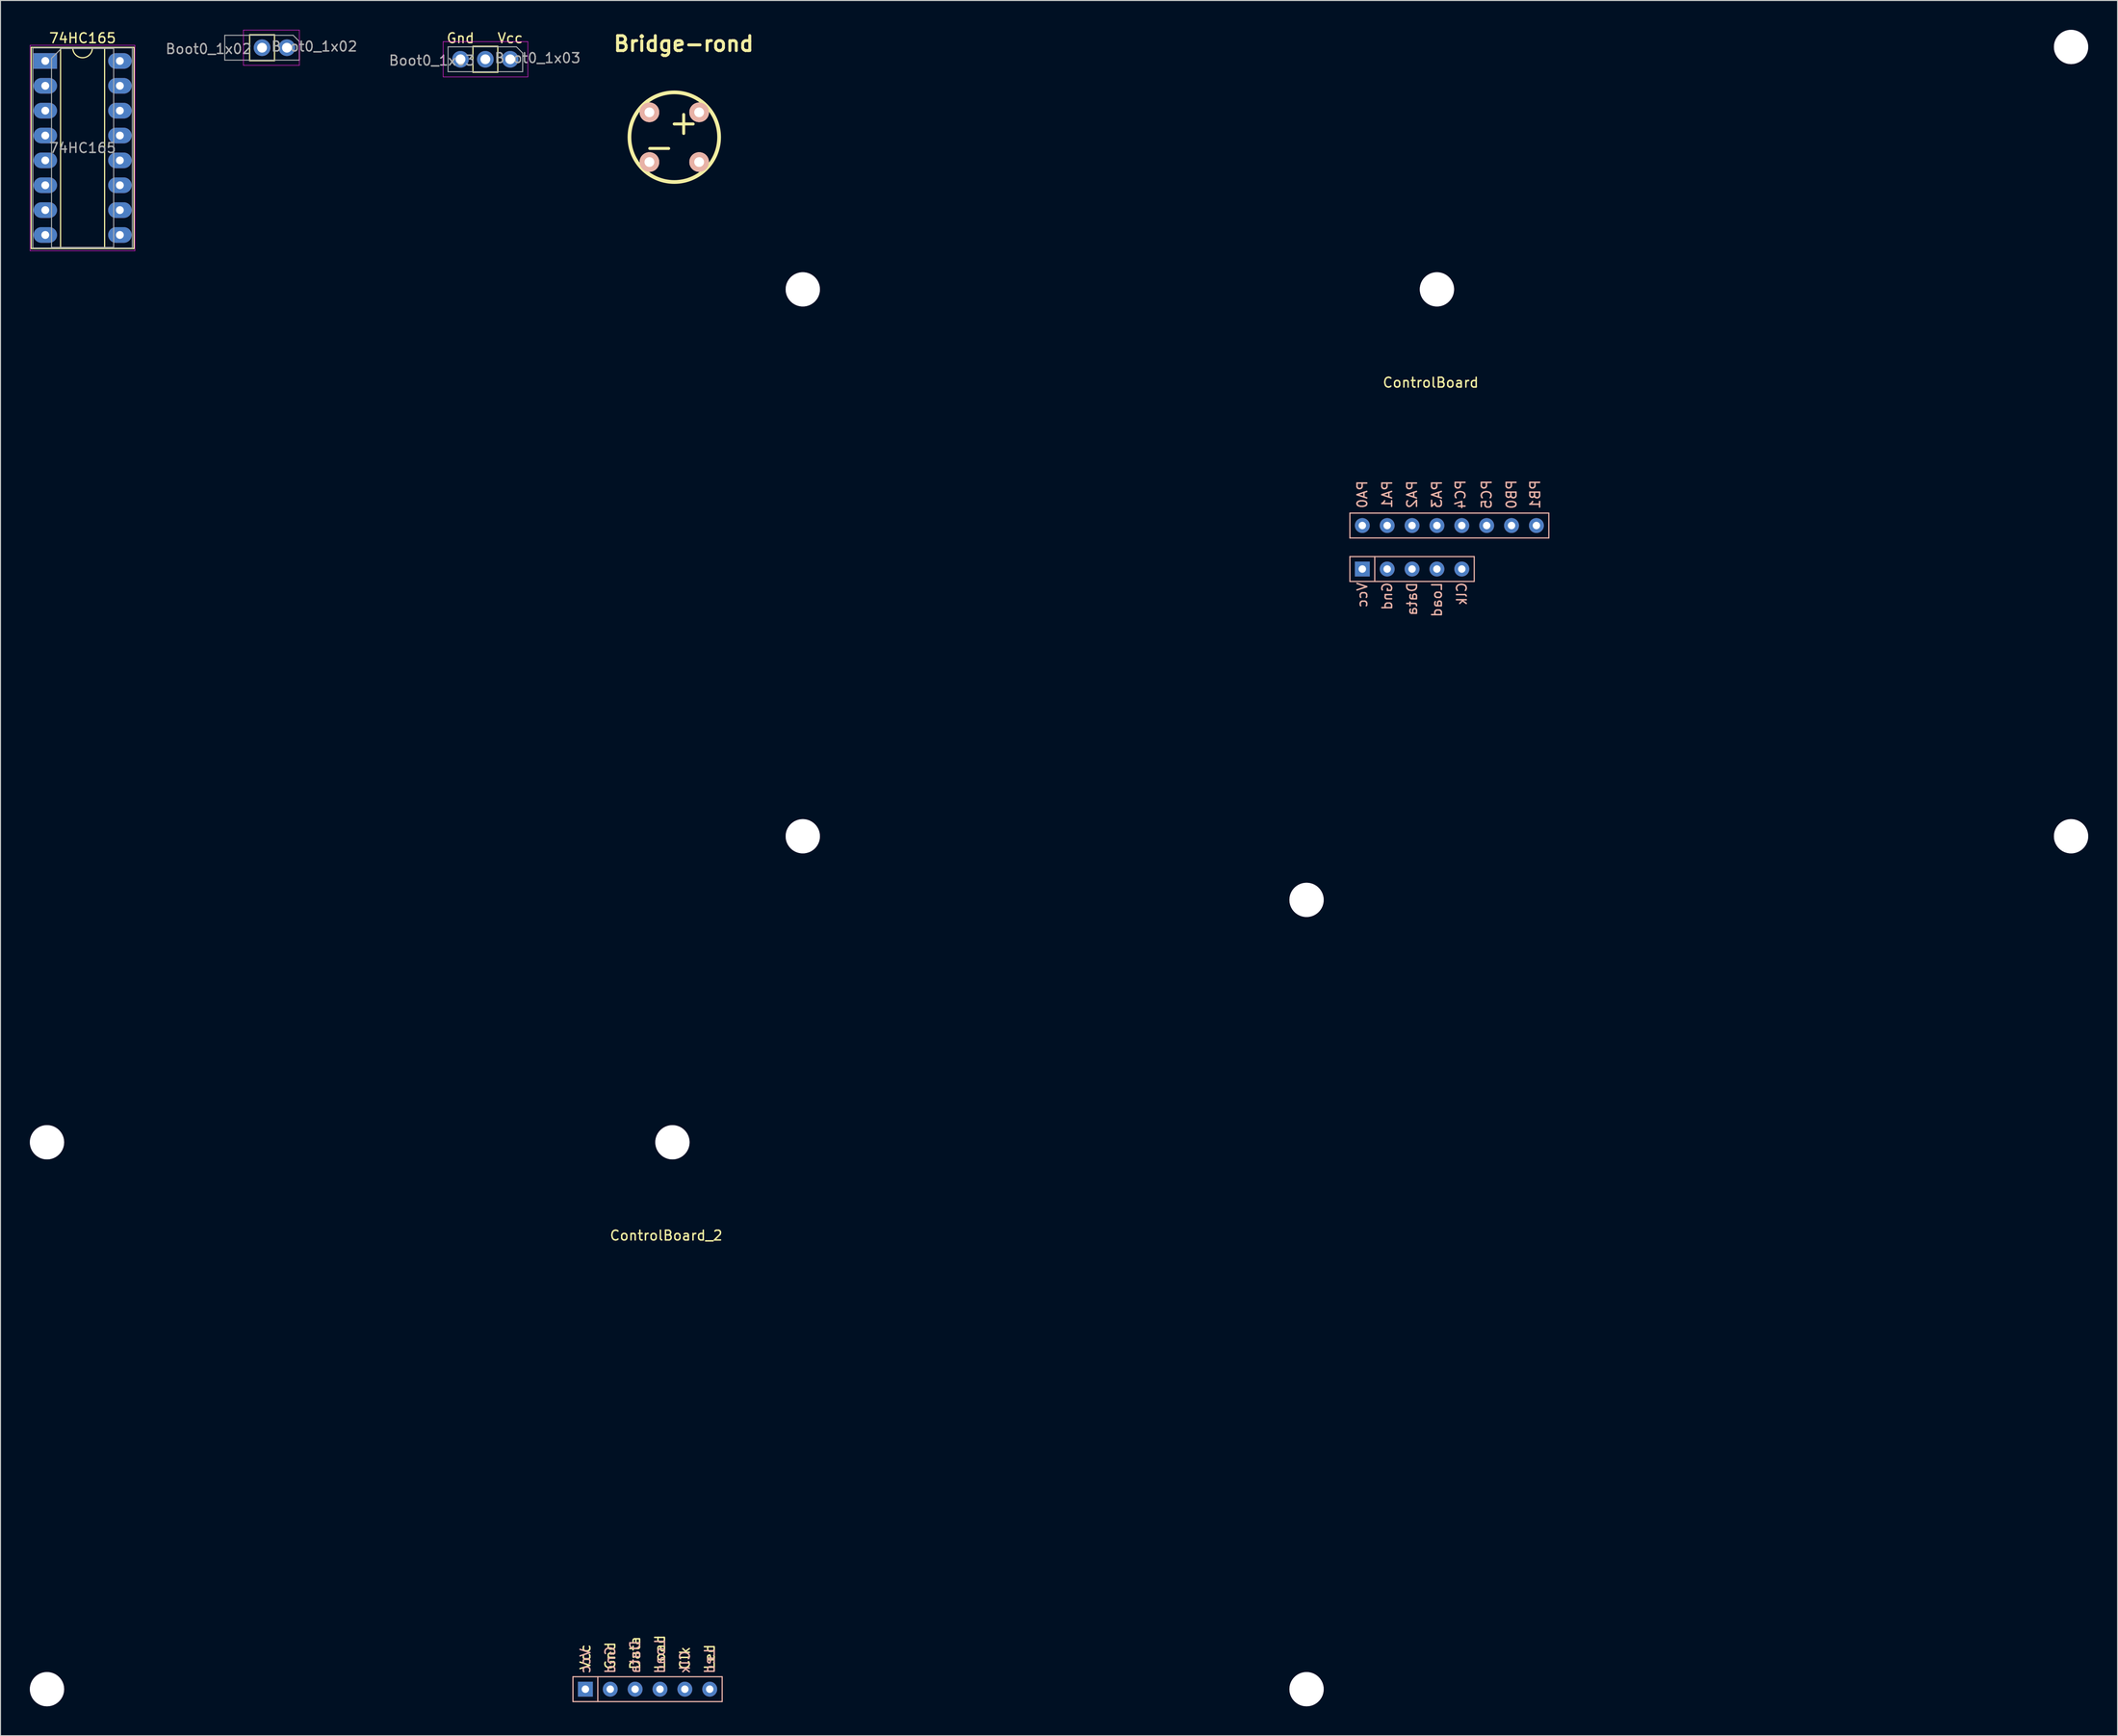
<source format=kicad_pcb>
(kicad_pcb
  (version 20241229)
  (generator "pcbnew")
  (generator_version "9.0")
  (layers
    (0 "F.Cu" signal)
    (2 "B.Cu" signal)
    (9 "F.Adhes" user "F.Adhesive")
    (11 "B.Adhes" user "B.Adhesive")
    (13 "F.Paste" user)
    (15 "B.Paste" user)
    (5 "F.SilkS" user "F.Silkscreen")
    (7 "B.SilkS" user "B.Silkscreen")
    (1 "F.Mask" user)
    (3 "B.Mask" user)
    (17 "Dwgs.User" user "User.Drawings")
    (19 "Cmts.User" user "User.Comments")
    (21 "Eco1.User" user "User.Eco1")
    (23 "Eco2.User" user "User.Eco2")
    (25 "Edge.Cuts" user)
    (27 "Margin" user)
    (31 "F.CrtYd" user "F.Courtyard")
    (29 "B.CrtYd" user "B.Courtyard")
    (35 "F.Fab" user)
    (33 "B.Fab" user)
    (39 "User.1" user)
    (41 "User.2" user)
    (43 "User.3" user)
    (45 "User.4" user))
  (footprint "ControlBoard"
    (layer "F.Cu")
    (at 143.717 27.15)
    (property "Reference" "ControlBoard" (at -0.635 8.89 0) (layer "F.SilkS") (effects (font (size 1 1) (thickness 0.15))))
    (attr through_hole)
    (fp_line (start -8.89 22.225) (end -8.89 24.765) (stroke (width 0.12) (type solid)) (layer "B.SilkS"))
    (fp_line (start -8.89 24.765) (end 11.43 24.765) (stroke (width 0.12) (type solid)) (layer "B.SilkS"))
    (fp_line (start -8.89 26.67) (end 3.81 26.67) (stroke (width 0.12) (type solid)) (layer "B.SilkS"))
    (fp_line (start -8.89 29.21) (end -8.89 26.67) (stroke (width 0.12) (type solid)) (layer "B.SilkS"))
    (fp_line (start -6.35 26.67) (end -6.35 29.21) (stroke (width 0.12) (type solid)) (layer "B.SilkS"))
    (fp_line (start 3.81 26.67) (end 3.81 29.21) (stroke (width 0.12) (type solid)) (layer "B.SilkS"))
    (fp_line (start 3.81 29.21) (end -8.89 29.21) (stroke (width 0.12) (type solid)) (layer "B.SilkS"))
    (fp_line (start 11.43 22.225) (end -8.89 22.225) (stroke (width 0.12) (type solid)) (layer "B.SilkS"))
    (fp_line (start 11.43 24.765) (end 11.43 22.225) (stroke (width 0.12) (type solid)) (layer "B.SilkS"))
    (fp_text user "Data" (at -2.54 31.004 90) (layer "B.SilkS") (effects (font (size 1 1) (thickness 0.15)) (justify mirror)))
    (fp_text user "Gnd" (at -5.08 30.718 90) (layer "B.SilkS") (effects (font (size 1 1) (thickness 0.15)) (justify mirror)))
    (fp_text user "Clk" (at 2.54 30.48 90) (layer "B.SilkS") (effects (font (size 1 1) (thickness 0.15)) (justify mirror)))
    (fp_text user "PC4" (at 2.413 20.32 90) (layer "B.SilkS") (effects (font (size 1 1) (thickness 0.15)) (justify mirror)))
    (fp_text user "PA3" (at 0 20.32 90) (layer "B.SilkS") (effects (font (size 1 1) (thickness 0.15)) (justify mirror)))
    (fp_text user "PA1" (at -5.08 20.32 90) (layer "B.SilkS") (effects (font (size 1 1) (thickness 0.15)) (justify mirror)))
    (fp_text user "PA0" (at -7.62 20.32 90) (layer "B.SilkS") (effects (font (size 1 1) (thickness 0.15)) (justify mirror)))
    (fp_text user "PC5" (at 5.08 20.32 90) (layer "B.SilkS") (effects (font (size 1 1) (thickness 0.15)) (justify mirror)))
    (fp_text user "PB0" (at 7.62 20.32 90) (layer "B.SilkS") (effects (font (size 1 1) (thickness 0.15)) (justify mirror)))
    (fp_text user "Load" (at 0 31.075 90) (layer "B.SilkS") (effects (font (size 1 1) (thickness 0.15)) (justify mirror)))
    (fp_text user "Vcc" (at -7.62 30.599 90) (layer "B.SilkS") (effects (font (size 1 1) (thickness 0.15)) (justify mirror)))
    (fp_text user "PB1" (at 10.033 20.32 90) (layer "B.SilkS") (effects (font (size 1 1) (thickness 0.15)) (justify mirror)))
    (fp_text user "PA2" (at -2.54 20.32 90) (layer "B.SilkS") (effects (font (size 1 1) (thickness 0.15)) (justify mirror)))
    (pad "" thru_hole circle (at -64.77 -0.635) (size 3.5 3.5) (drill 3.5) (layers "*.Cu" "*.Mask"))
    (pad "" thru_hole circle (at -64.77 55.245) (size 3.5 3.5) (drill 3.5) (layers "*.Cu" "*.Mask"))
    (pad "" thru_hole circle (at 0 -0.635) (size 3.5 3.5) (drill 3.5) (layers "*.Cu" "*.Mask"))
    (pad "" thru_hole circle (at 64.77 -25.4) (size 3.5 3.5) (drill 3.5) (layers "*.Cu" "*.Mask"))
    (pad "" thru_hole circle (at 64.77 55.245) (size 3.5 3.5) (drill 3.5) (layers "*.Cu" "*.Mask"))
    (pad "1" thru_hole rect (at -7.62 27.94) (size 1.524 1.524) (drill 0.762) (layers "*.Cu" "*.Mask"))
    (pad "2" thru_hole circle (at -5.08 27.94) (size 1.524 1.524) (drill 0.762) (layers "*.Cu" "*.Mask"))
    (pad "3" thru_hole circle (at -2.54 27.94) (size 1.524 1.524) (drill 0.762) (layers "*.Cu" "*.Mask"))
    (pad "4" thru_hole circle (at 0 27.94) (size 1.524 1.524) (drill 0.762) (layers "*.Cu" "*.Mask"))
    (pad "5" thru_hole circle (at 2.54 27.94) (size 1.524 1.524) (drill 0.762) (layers "*.Cu" "*.Mask"))
    (pad "6" thru_hole circle (at -7.62 23.495) (size 1.524 1.524) (drill 0.762) (layers "*.Cu" "*.Mask"))
    (pad "7" thru_hole circle (at -5.08 23.495) (size 1.524 1.524) (drill 0.762) (layers "*.Cu" "*.Mask"))
    (pad "8" thru_hole circle (at -2.54 23.495) (size 1.524 1.524) (drill 0.762) (layers "*.Cu" "*.Mask"))
    (pad "9" thru_hole circle (at 0 23.495) (size 1.524 1.524) (drill 0.762) (layers "*.Cu" "*.Mask"))
    (pad "10" thru_hole circle (at 2.54 23.495) (size 1.524 1.524) (drill 0.762) (layers "*.Cu" "*.Mask"))
    (pad "11" thru_hole circle (at 5.08 23.495) (size 1.524 1.524) (drill 0.762) (layers "*.Cu" "*.Mask"))
    (pad "12" thru_hole circle (at 7.62 23.495) (size 1.524 1.524) (drill 0.762) (layers "*.Cu" "*.Mask"))
    (pad "13" thru_hole circle (at 10.16 23.495) (size 1.524 1.524) (drill 0.762) (layers "*.Cu" "*.Mask")))
  (footprint "Boot0_1x03"
    (layer "F.Cu")
    (at 46.524 3.007)
    (property "Reference" "Boot0_1x03" (at 5.334 -0.127 180) (layer "F.Fab") (effects (font (size 1 1) (thickness 0.15))))
    (attr through_hole)
    (fp_line (start -1.27 -1.33) (end -1.27 1.33) (stroke (width 0.12) (type solid)) (layer "F.SilkS"))
    (fp_line (start 1.27 -1.33) (end -1.27 -1.33) (stroke (width 0.12) (type solid)) (layer "F.SilkS"))
    (fp_line (start 1.27 -1.33) (end 1.27 1.33) (stroke (width 0.12) (type solid)) (layer "F.SilkS"))
    (fp_line (start 1.27 1.33) (end -1.27 1.33) (stroke (width 0.12) (type solid)) (layer "F.SilkS"))
    (fp_line (start -4.31 -1.8) (end -4.31 1.8) (stroke (width 0.05) (type solid)) (layer "F.CrtYd"))
    (fp_line (start -4.31 1.8) (end 4.34 1.8) (stroke (width 0.05) (type solid)) (layer "F.CrtYd"))
    (fp_line (start 4.34 -1.8) (end -4.31 -1.8) (stroke (width 0.05) (type solid)) (layer "F.CrtYd"))
    (fp_line (start 4.34 1.8) (end 4.34 -1.8) (stroke (width 0.05) (type solid)) (layer "F.CrtYd"))
    (fp_line (start -3.81 -1.27) (end 3.175 -1.27) (stroke (width 0.1) (type solid)) (layer "F.Fab"))
    (fp_line (start -3.81 1.27) (end -3.81 -1.27) (stroke (width 0.1) (type solid)) (layer "F.Fab"))
    (fp_line (start 3.175 -1.27) (end 3.81 -0.635) (stroke (width 0.1) (type solid)) (layer "F.Fab"))
    (fp_line (start 3.81 -0.635) (end 3.81 1.27) (stroke (width 0.1) (type solid)) (layer "F.Fab"))
    (fp_line (start 3.81 1.27) (end -3.81 1.27) (stroke (width 0.1) (type solid)) (layer "F.Fab"))
    (fp_text user "Vcc" (at 2.54 -2.159 0) (layer "F.SilkS") (effects (font (size 1 1) (thickness 0.15))))
    (fp_text user "Gnd" (at -2.54 -2.159 180) (layer "F.SilkS") (effects (font (size 1 1) (thickness 0.15))))
    (fp_text user "${REFERENCE}" (at -5.461 0.127 0) (layer "F.Fab") (effects (font (size 1 1) (thickness 0.15))))
    (pad "1" thru_hole oval (at 2.54 0 270) (size 1.7 1.7) (drill 1) (layers "*.Cu" "*.Mask"))
    (pad "2" thru_hole oval (at 0 0 270) (size 1.7 1.7) (drill 1) (layers "*.Cu" "*.Mask"))
    (pad "3" thru_hole oval (at -2.54 0 270) (size 1.7 1.7) (drill 1) (layers "*.Cu" "*.Mask")))
  (footprint "Boot0_1x02"
    (layer "F.Cu")
    (at 23.717 1.825)
    (property "Reference" "Boot0_1x02" (at 5.334 -0.127 180) (layer "F.Fab") (effects (font (size 1 1) (thickness 0.15))))
    (attr through_hole)
    (fp_line (start -1.27 -1.33) (end -1.27 1.33) (stroke (width 0.12) (type solid)) (layer "F.SilkS"))
    (fp_line (start 1.27 -1.33) (end -1.27 -1.33) (stroke (width 0.12) (type solid)) (layer "F.SilkS"))
    (fp_line (start 1.27 -1.33) (end 1.27 1.33) (stroke (width 0.12) (type solid)) (layer "F.SilkS"))
    (fp_line (start 1.27 1.33) (end -1.27 1.33) (stroke (width 0.12) (type solid)) (layer "F.SilkS"))
    (fp_line (start -1.905 -1.8) (end -1.905 1.8) (stroke (width 0.05) (type solid)) (layer "F.CrtYd"))
    (fp_line (start -1.905 1.8) (end 3.81 1.8) (stroke (width 0.05) (type solid)) (layer "F.CrtYd"))
    (fp_line (start 3.81 -1.8) (end -1.905 -1.8) (stroke (width 0.05) (type solid)) (layer "F.CrtYd"))
    (fp_line (start 3.81 1.8) (end 3.81 -1.8) (stroke (width 0.05) (type solid)) (layer "F.CrtYd"))
    (fp_line (start -3.81 -1.27) (end 3.175 -1.27) (stroke (width 0.1) (type solid)) (layer "F.Fab"))
    (fp_line (start -3.81 1.27) (end -3.81 -1.27) (stroke (width 0.1) (type solid)) (layer "F.Fab"))
    (fp_line (start 3.175 -1.27) (end 3.81 -0.635) (stroke (width 0.1) (type solid)) (layer "F.Fab"))
    (fp_line (start 3.81 -0.635) (end 3.81 1.27) (stroke (width 0.1) (type solid)) (layer "F.Fab"))
    (fp_line (start 3.81 1.27) (end -3.81 1.27) (stroke (width 0.1) (type solid)) (layer "F.Fab"))
    (fp_text user "${REFERENCE}" (at -5.461 0.127 0) (layer "F.Fab") (effects (font (size 1 1) (thickness 0.15))))
    (pad "1" thru_hole oval (at 0 0 270) (size 1.7 1.7) (drill 1) (layers "*.Cu" "*.Mask"))
    (pad "2" thru_hole oval (at 2.54 0 270) (size 1.7 1.7) (drill 1) (layers "*.Cu" "*.Mask")))
  (footprint "Bridge-rond"
    (layer "F.Cu")
    (at 65.781 10.926)
    (property "Reference" "Bridge-rond" (at 1 -9.5 0) (layer "F.SilkS") (effects (font (size 1.524 1.524) (thickness 0.305))))
    (attr through_hole)
    (fp_circle (center 0.04 0.04) (end 3.85 2.58) (stroke (width 0.381) (type solid)) (fill no) (layer "F.SilkS"))
    (fp_text user "+" (at 1 -1.5 0) (layer "F.SilkS") (effects (font (size 2.54 2.54) (thickness 0.305))))
    (fp_text user "-" (at -1.5 1 0) (layer "F.SilkS") (effects (font (size 2.54 2.54) (thickness 0.305))))
    (pad "1" thru_hole circle (at -2.5 2.58) (size 2 2) (drill 1) (layers "*.Cu" "*.SilkS" "*.Mask"))
    (pad "2" thru_hole circle (at 2.58 2.58) (size 2 2) (drill 1) (layers "*.Cu" "*.SilkS" "*.Mask"))
    (pad "3" thru_hole circle (at 2.58 -2.5) (size 2 2) (drill 1) (layers "*.Cu" "*.SilkS" "*.Mask"))
    (pad "4" thru_hole circle (at -2.5 -2.5) (size 2 2) (drill 1) (layers "*.Cu" "*.SilkS" "*.Mask")))
  (footprint "ControlBoard_2"
    (layer "F.Cu")
    (at 65.631 114.295)
    (property "Reference" "ControlBoard_2" (at -0.635 8.89 0) (layer "F.SilkS") (effects (font (size 1 1) (thickness 0.15))))
    (attr through_hole)
    (fp_line (start -10.16 53.975) (end 5.08 53.975) (stroke (width 0.12) (type solid)) (layer "B.SilkS"))
    (fp_line (start -10.16 56.515) (end -10.16 53.975) (stroke (width 0.12) (type solid)) (layer "B.SilkS"))
    (fp_line (start -7.62 53.975) (end -7.62 56.515) (stroke (width 0.12) (type solid)) (layer "B.SilkS"))
    (fp_line (start 5.08 53.975) (end 5.08 56.515) (stroke (width 0.12) (type solid)) (layer "B.SilkS"))
    (fp_line (start 5.08 56.515) (end -10.16 56.515) (stroke (width 0.12) (type solid)) (layer "B.SilkS"))
    (fp_text user "Gnd" (at -6.35 51.832 270) (layer "F.SilkS") (effects (font (size 1 1) (thickness 0.15))))
    (fp_text user "Data" (at -3.81 51.546 270) (layer "F.SilkS") (effects (font (size 1 1) (thickness 0.15))))
    (fp_text user "Vcc" (at -8.89 51.951 270) (layer "F.SilkS") (effects (font (size 1 1) (thickness 0.15))))
    (fp_text user "Led" (at 3.81 51.951 270) (layer "F.SilkS") (effects (font (size 1 1) (thickness 0.15))))
    (fp_text user "Clk" (at 1.27 52.07 270) (layer "F.SilkS") (effects (font (size 1 1) (thickness 0.15))))
    (fp_text user "Load" (at -1.27 51.475 270) (layer "F.SilkS") (effects (font (size 1 1) (thickness 0.15))))
    (fp_text user "Data" (at -3.81 51.959 90) (layer "B.SilkS") (effects (font (size 1 1) (thickness 0.15)) (justify mirror)))
    (fp_text user "Gnd" (at -6.35 52.245 90) (layer "B.SilkS") (effects (font (size 1 1) (thickness 0.15)) (justify mirror)))
    (fp_text user "Load" (at -1.27 51.887 90) (layer "B.SilkS") (effects (font (size 1 1) (thickness 0.15)) (justify mirror)))
    (fp_text user "Vcc" (at -8.89 52.364 90) (layer "B.SilkS") (effects (font (size 1 1) (thickness 0.15)) (justify mirror)))
    (fp_text user "Led" (at 3.81 52.364 90) (layer "B.SilkS") (effects (font (size 1 1) (thickness 0.15)) (justify mirror)))
    (fp_text user "Clk" (at 1.27 52.483 90) (layer "B.SilkS") (effects (font (size 1 1) (thickness 0.15)) (justify mirror)))
    (pad "" thru_hole circle (at -63.881 -0.635) (size 3.5 3.5) (drill 3.5) (layers "*.Cu" "*.Mask"))
    (pad "" thru_hole circle (at -63.881 55.245) (size 3.5 3.5) (drill 3.5) (layers "*.Cu" "*.Mask"))
    (pad "" thru_hole circle (at 0 -0.635) (size 3.5 3.5) (drill 3.5) (layers "*.Cu" "*.Mask"))
    (pad "" thru_hole circle (at 64.77 -25.4) (size 3.5 3.5) (drill 3.5) (layers "*.Cu" "*.Mask"))
    (pad "" thru_hole circle (at 64.77 55.245) (size 3.5 3.5) (drill 3.5) (layers "*.Cu" "*.Mask"))
    (pad "1" thru_hole rect (at -8.89 55.245) (size 1.524 1.524) (drill 0.762) (layers "*.Cu" "*.Mask"))
    (pad "2" thru_hole circle (at -6.35 55.245) (size 1.524 1.524) (drill 0.762) (layers "*.Cu" "*.Mask"))
    (pad "3" thru_hole circle (at -3.81 55.245) (size 1.524 1.524) (drill 0.762) (layers "*.Cu" "*.Mask"))
    (pad "4" thru_hole circle (at -1.27 55.245) (size 1.524 1.524) (drill 0.762) (layers "*.Cu" "*.Mask"))
    (pad "5" thru_hole circle (at 1.27 55.245) (size 1.524 1.524) (drill 0.762) (layers "*.Cu" "*.Mask"))
    (pad "6" thru_hole circle (at 3.81 55.245) (size 1.524 1.524) (drill 0.762) (layers "*.Cu" "*.Mask")))
  (footprint "74HC165"
    (layer "F.Cu")
    (at 1.575 3.178)
    (property "Reference" "74HC165" (at 3.81 -2.33 0) (layer "F.SilkS") (effects (font (size 1 1) (thickness 0.15))))
    (attr through_hole)
    (fp_line (start -1.44 -1.39) (end -1.44 19.17) (stroke (width 0.12) (type solid)) (layer "F.SilkS"))
    (fp_line (start -1.44 19.17) (end 9.06 19.17) (stroke (width 0.12) (type solid)) (layer "F.SilkS"))
    (fp_line (start 1.56 -1.33) (end 1.56 19.11) (stroke (width 0.12) (type solid)) (layer "F.SilkS"))
    (fp_line (start 1.56 19.11) (end 6.06 19.11) (stroke (width 0.12) (type solid)) (layer "F.SilkS"))
    (fp_line (start 2.81 -1.33) (end 1.56 -1.33) (stroke (width 0.12) (type solid)) (layer "F.SilkS"))
    (fp_line (start 6.06 -1.33) (end 4.81 -1.33) (stroke (width 0.12) (type solid)) (layer "F.SilkS"))
    (fp_line (start 6.06 19.11) (end 6.06 -1.33) (stroke (width 0.12) (type solid)) (layer "F.SilkS"))
    (fp_line (start 9.06 -1.39) (end -1.44 -1.39) (stroke (width 0.12) (type solid)) (layer "F.SilkS"))
    (fp_line (start 9.06 19.17) (end 9.06 -1.39) (stroke (width 0.12) (type solid)) (layer "F.SilkS"))
    (fp_arc (start 4.81 -1.33) (mid 3.81 -0.33) (end 2.81 -1.33) (stroke (width 0.12) (type solid)) (layer "F.SilkS"))
    (fp_line (start -1.55 -1.6) (end -1.55 19.4) (stroke (width 0.05) (type solid)) (layer "F.CrtYd"))
    (fp_line (start -1.55 19.4) (end 9.15 19.4) (stroke (width 0.05) (type solid)) (layer "F.CrtYd"))
    (fp_line (start 9.15 -1.6) (end -1.55 -1.6) (stroke (width 0.05) (type solid)) (layer "F.CrtYd"))
    (fp_line (start 9.15 19.4) (end 9.15 -1.6) (stroke (width 0.05) (type solid)) (layer "F.CrtYd"))
    (fp_line (start -1.27 -1.33) (end -1.27 19.11) (stroke (width 0.1) (type solid)) (layer "F.Fab"))
    (fp_line (start -1.27 19.11) (end 8.89 19.11) (stroke (width 0.1) (type solid)) (layer "F.Fab"))
    (fp_line (start 0.635 -0.27) (end 1.635 -1.27) (stroke (width 0.1) (type solid)) (layer "F.Fab"))
    (fp_line (start 0.635 19.05) (end 0.635 -0.27) (stroke (width 0.1) (type solid)) (layer "F.Fab"))
    (fp_line (start 1.635 -1.27) (end 6.985 -1.27) (stroke (width 0.1) (type solid)) (layer "F.Fab"))
    (fp_line (start 6.985 -1.27) (end 6.985 19.05) (stroke (width 0.1) (type solid)) (layer "F.Fab"))
    (fp_line (start 6.985 19.05) (end 0.635 19.05) (stroke (width 0.1) (type solid)) (layer "F.Fab"))
    (fp_line (start 8.89 -1.33) (end -1.27 -1.33) (stroke (width 0.1) (type solid)) (layer "F.Fab"))
    (fp_line (start 8.89 19.11) (end 8.89 -1.33) (stroke (width 0.1) (type solid)) (layer "F.Fab"))
    (fp_text user "${REFERENCE}" (at 3.81 8.89 0) (layer "F.Fab") (effects (font (size 1 1) (thickness 0.15))))
    (pad "1" thru_hole rect (at 0 0) (size 2.4 1.6) (drill 0.8) (layers "*.Cu" "*.Mask"))
    (pad "2" thru_hole oval (at 0 2.54) (size 2.4 1.6) (drill 0.8) (layers "*.Cu" "*.Mask"))
    (pad "3" thru_hole oval (at 0 5.08) (size 2.4 1.6) (drill 0.8) (layers "*.Cu" "*.Mask"))
    (pad "4" thru_hole oval (at 0 7.62) (size 2.4 1.6) (drill 0.8) (layers "*.Cu" "*.Mask"))
    (pad "5" thru_hole oval (at 0 10.16) (size 2.4 1.6) (drill 0.8) (layers "*.Cu" "*.Mask"))
    (pad "6" thru_hole oval (at 0 12.7) (size 2.4 1.6) (drill 0.8) (layers "*.Cu" "*.Mask"))
    (pad "7" thru_hole oval (at 0 15.24) (size 2.4 1.6) (drill 0.8) (layers "*.Cu" "*.Mask"))
    (pad "8" thru_hole oval (at 0 17.78) (size 2.4 1.6) (drill 0.8) (layers "*.Cu" "*.Mask"))
    (pad "9" thru_hole oval (at 7.62 17.78) (size 2.4 1.6) (drill 0.8) (layers "*.Cu" "*.Mask"))
    (pad "10" thru_hole oval (at 7.62 15.24) (size 2.4 1.6) (drill 0.8) (layers "*.Cu" "*.Mask"))
    (pad "11" thru_hole oval (at 7.62 12.7) (size 2.4 1.6) (drill 0.8) (layers "*.Cu" "*.Mask"))
    (pad "12" thru_hole oval (at 7.62 10.16) (size 2.4 1.6) (drill 0.8) (layers "*.Cu" "*.Mask"))
    (pad "13" thru_hole oval (at 7.62 7.62) (size 2.4 1.6) (drill 0.8) (layers "*.Cu" "*.Mask"))
    (pad "14" thru_hole oval (at 7.62 5.08) (size 2.4 1.6) (drill 0.8) (layers "*.Cu" "*.Mask"))
    (pad "15" thru_hole oval (at 7.62 2.54) (size 2.4 1.6) (drill 0.8) (layers "*.Cu" "*.Mask"))
    (pad "16" thru_hole oval (at 7.62 0) (size 2.4 1.6) (drill 0.8) (layers "*.Cu" "*.Mask")))
  (gr_rect
    (start -3 -3)
    (end 213.237 174.29)
    (stroke (width 0.1) (type default))
    (fill no)
    (layer "Edge.Cuts")))
</source>
